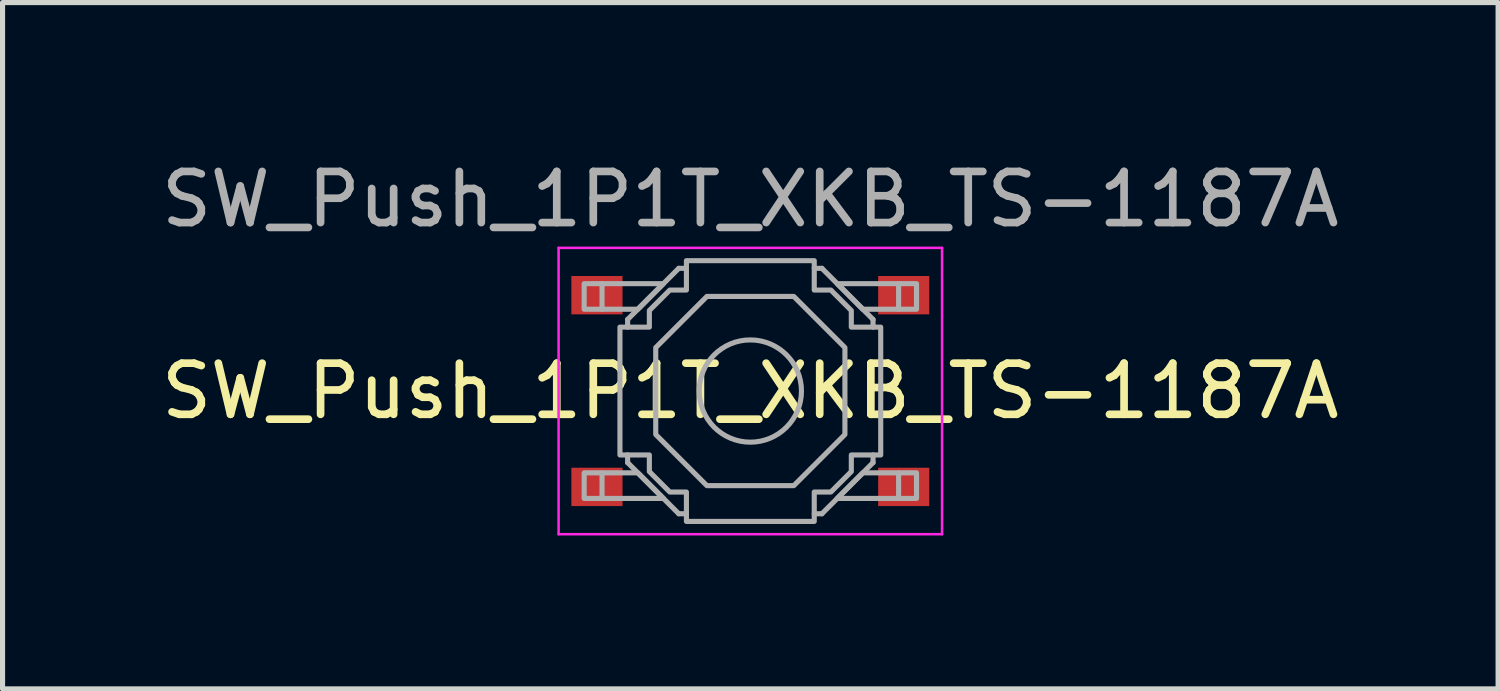
<source format=kicad_pcb>
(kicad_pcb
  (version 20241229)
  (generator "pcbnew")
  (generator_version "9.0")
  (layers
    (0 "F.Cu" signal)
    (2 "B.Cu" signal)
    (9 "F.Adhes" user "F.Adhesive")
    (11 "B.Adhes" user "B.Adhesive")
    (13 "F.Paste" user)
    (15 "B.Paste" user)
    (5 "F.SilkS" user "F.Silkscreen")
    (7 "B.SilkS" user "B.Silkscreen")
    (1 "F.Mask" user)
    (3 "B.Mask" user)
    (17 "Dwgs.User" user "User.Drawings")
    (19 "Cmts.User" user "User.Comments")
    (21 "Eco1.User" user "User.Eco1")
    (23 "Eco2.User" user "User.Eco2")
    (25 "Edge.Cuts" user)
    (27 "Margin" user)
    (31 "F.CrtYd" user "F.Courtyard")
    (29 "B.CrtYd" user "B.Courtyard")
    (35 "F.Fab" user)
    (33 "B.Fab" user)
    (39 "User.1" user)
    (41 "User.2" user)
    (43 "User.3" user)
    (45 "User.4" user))
  (footprint "SW_Push_1P1T_XKB_TS-1187A"
    (layer "F.Cu")
    (at 11.625 4.598)
    (property "Reference" "SW_Push_1P1T_XKB_TS-1187A" (at 0 0 0) (layer "F.SilkS") (effects (font (size 1 1) (thickness 0.15))))
    (attr smd)
    (fp_line (start -3.75 -2.8) (end 3.75 -2.8) (stroke (width 0.05) (type solid)) (layer "F.CrtYd"))
    (fp_line (start -3.75 2.8) (end -3.75 -2.8) (stroke (width 0.05) (type solid)) (layer "F.CrtYd"))
    (fp_line (start 3.75 -2.8) (end 3.75 2.8) (stroke (width 0.05) (type solid)) (layer "F.CrtYd"))
    (fp_line (start 3.75 2.8) (end -3.75 2.8) (stroke (width 0.05) (type solid)) (layer "F.CrtYd"))
    (fp_line (start -2.9 -2.1) (end -2.9 -1.6) (stroke (width 0.1) (type solid)) (layer "F.Fab"))
    (fp_line (start -2.9 2.1) (end -2.9 1.6) (stroke (width 0.1) (type solid)) (layer "F.Fab"))
    (fp_line (start -2.4 -1.4) (end -1.4 -2.4) (stroke (width 0.1) (type solid)) (layer "F.Fab"))
    (fp_line (start -2.4 -1.25) (end -2.4 -1.4) (stroke (width 0.1) (type solid)) (layer "F.Fab"))
    (fp_line (start -2.4 1.4) (end -2.4 1.25) (stroke (width 0.1) (type solid)) (layer "F.Fab"))
    (fp_line (start -1.4 -2.4) (end -1.25 -2.4) (stroke (width 0.1) (type solid)) (layer "F.Fab"))
    (fp_line (start -1.4 2.4) (end -2.4 1.4) (stroke (width 0.1) (type solid)) (layer "F.Fab"))
    (fp_line (start -1.25 2.4) (end -1.4 2.4) (stroke (width 0.1) (type solid)) (layer "F.Fab"))
    (fp_line (start 1.25 -2.4) (end 1.4 -2.4) (stroke (width 0.1) (type solid)) (layer "F.Fab"))
    (fp_line (start 1.4 -2.4) (end 2.4 -1.4) (stroke (width 0.1) (type solid)) (layer "F.Fab"))
    (fp_line (start 1.4 2.4) (end 1.25 2.4) (stroke (width 0.1) (type solid)) (layer "F.Fab"))
    (fp_line (start 2.4 -1.4) (end 2.4 -1.25) (stroke (width 0.1) (type solid)) (layer "F.Fab"))
    (fp_line (start 2.4 1.25) (end 2.4 1.4) (stroke (width 0.1) (type solid)) (layer "F.Fab"))
    (fp_line (start 2.4 1.4) (end 1.4 2.4) (stroke (width 0.1) (type solid)) (layer "F.Fab"))
    (fp_line (start 2.9 -2.1) (end 2.9 -1.6) (stroke (width 0.1) (type solid)) (layer "F.Fab"))
    (fp_line (start 2.9 2.1) (end 2.9 1.6) (stroke (width 0.1) (type solid)) (layer "F.Fab"))
    (fp_circle (center 0 0) (end 1 0) (stroke (width 0.1) (type solid)) (fill no) (layer "F.Fab"))
    (fp_poly (pts (xy -1.7 -2.1) (xy -2.2 -1.6) (xy -3.25 -1.6) (xy -3.25 -2.1)) (stroke (width 0.1) (type solid)) (fill no) (layer "F.Fab"))
    (fp_poly (pts (xy -1.7 2.1) (xy -2.2 1.6) (xy -3.25 1.6) (xy -3.25 2.1)) (stroke (width 0.1) (type solid)) (fill no) (layer "F.Fab"))
    (fp_poly (pts (xy 1.7 -2.1) (xy 2.2 -1.6) (xy 3.25 -1.6) (xy 3.25 -2.1)) (stroke (width 0.1) (type solid)) (fill no) (layer "F.Fab"))
    (fp_poly (pts (xy 1.7 2.1) (xy 2.2 1.6) (xy 3.25 1.6) (xy 3.25 2.1)) (stroke (width 0.1) (type solid)) (fill no) (layer "F.Fab"))
    (fp_poly (pts (xy 0.85 -1.85) (xy 1.85 -0.85) (xy 1.85 0.85) (xy 0.85 1.85) (xy -0.85 1.85) (xy -1.85 0.85) (xy -1.85 -0.85) (xy -0.85 -1.85)) (stroke (width 0.1) (type solid)) (fill no) (layer "F.Fab"))
    (fp_poly (pts (xy -1.25 -2.55) (xy 1.25 -2.55) (xy 1.25 -1.975) (xy 1.575 -1.975) (xy 1.975 -1.575) (xy 1.975 -1.25) (xy 2.55 -1.25) (xy 2.55 1.25) (xy 1.975 1.25) (xy 1.975 1.575) (xy 1.575 1.975) (xy 1.25 1.975) (xy 1.25 2.55) (xy -1.25 2.55) (xy -1.25 1.975) (xy -1.575 1.975) (xy -1.975 1.575) (xy -1.975 1.25) (xy -2.55 1.25) (xy -2.55 -1.25) (xy -1.975 -1.25) (xy -1.975 -1.575) (xy -1.575 -1.975) (xy -1.25 -1.975)) (stroke (width 0.1) (type solid)) (fill no) (layer "F.Fab"))
    (fp_text user "${REFERENCE}" (at 0 -3.75 0) (layer "F.Fab") (effects (font (size 1 1) (thickness 0.15))))
    (pad "1" smd rect (at -3 -1.875) (size 1 0.75) (layers "F.Cu" "F.Mask" "F.Paste"))
    (pad "1" smd rect (at 3 -1.875) (size 1 0.75) (layers "F.Cu" "F.Mask" "F.Paste"))
    (pad "2" smd rect (at -3 1.875) (size 1 0.75) (layers "F.Cu" "F.Mask" "F.Paste"))
    (pad "2" smd rect (at 3 1.875) (size 1 0.75) (layers "F.Cu" "F.Mask" "F.Paste")))
  (gr_rect
    (start -3 -3)
    (end 26.25 10.423)
    (stroke (width 0.1) (type default))
    (fill no)
    (layer "Edge.Cuts")))
</source>
